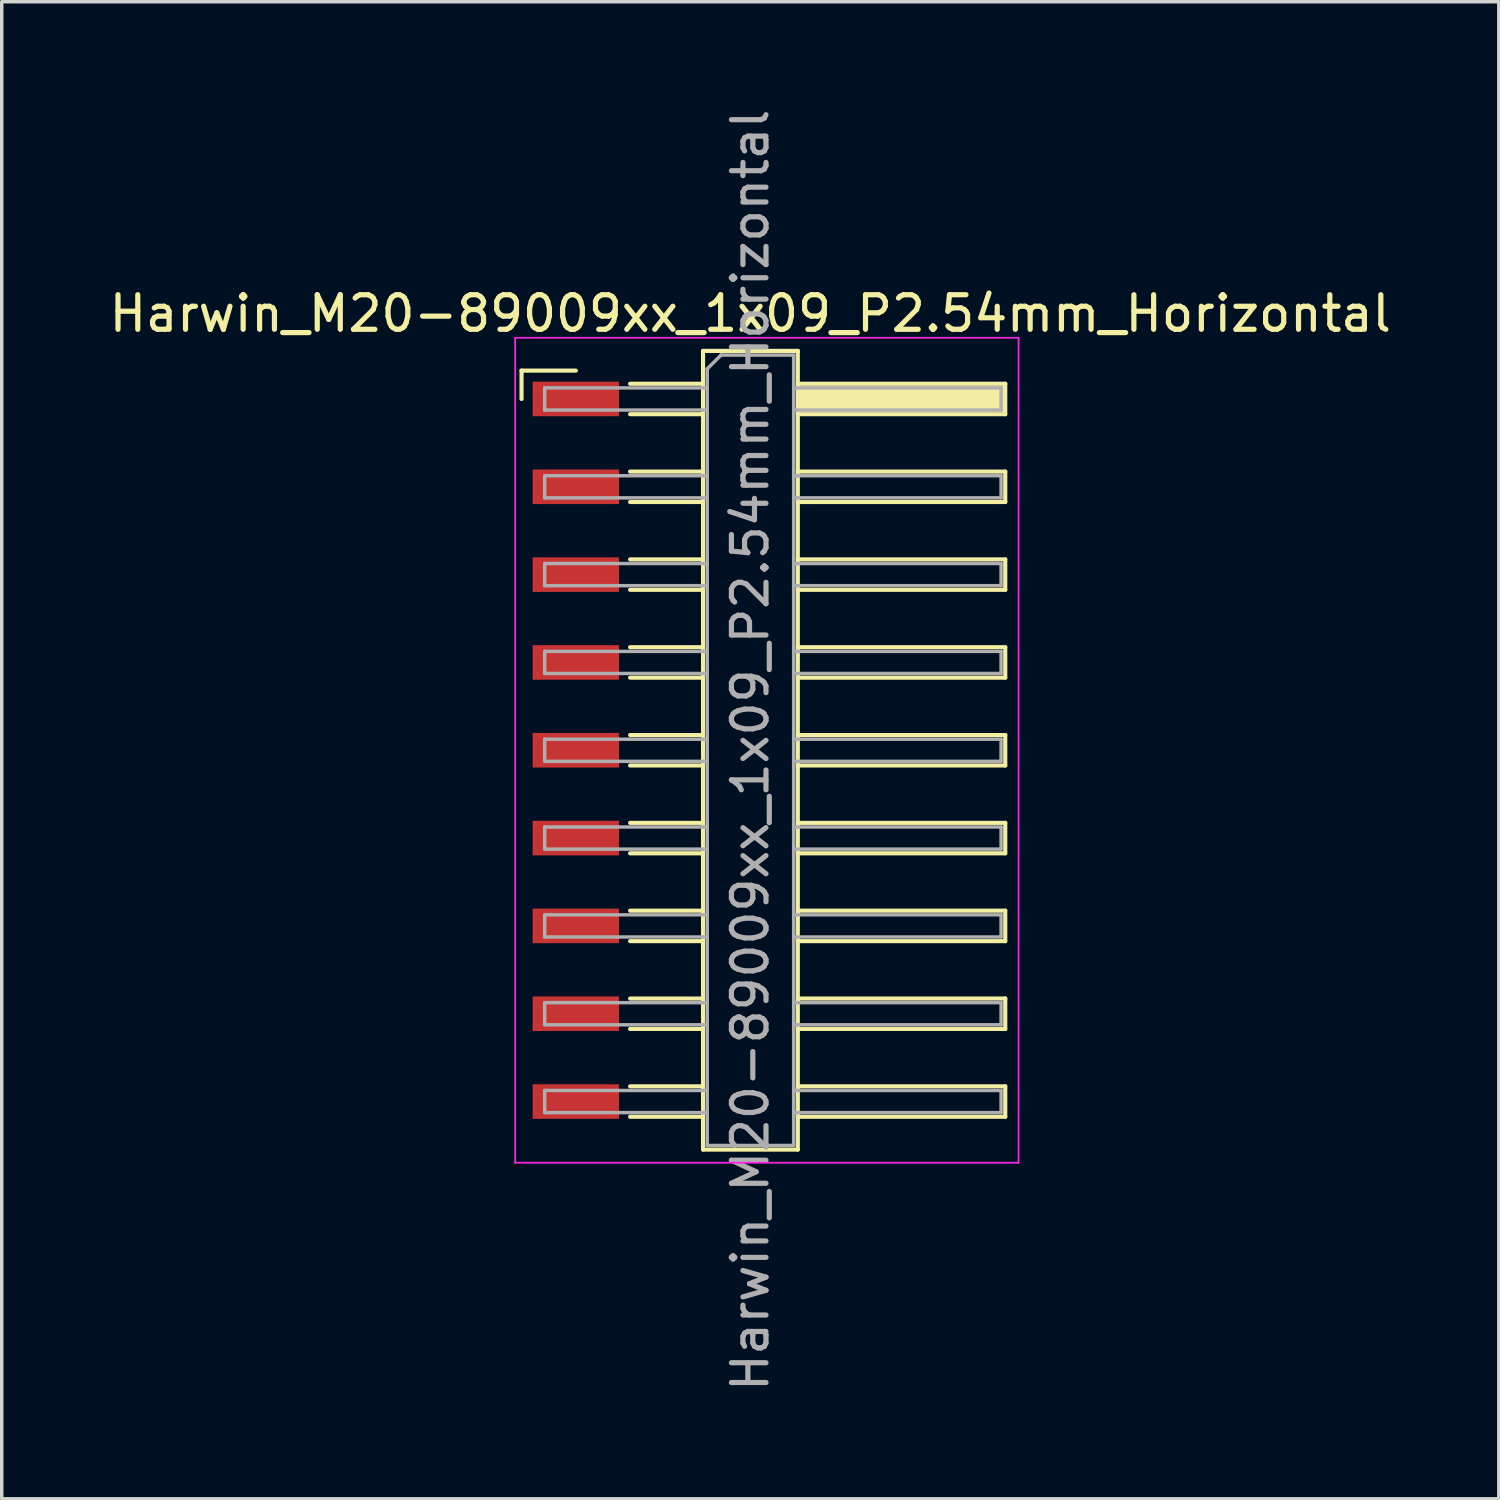
<source format=kicad_pcb>
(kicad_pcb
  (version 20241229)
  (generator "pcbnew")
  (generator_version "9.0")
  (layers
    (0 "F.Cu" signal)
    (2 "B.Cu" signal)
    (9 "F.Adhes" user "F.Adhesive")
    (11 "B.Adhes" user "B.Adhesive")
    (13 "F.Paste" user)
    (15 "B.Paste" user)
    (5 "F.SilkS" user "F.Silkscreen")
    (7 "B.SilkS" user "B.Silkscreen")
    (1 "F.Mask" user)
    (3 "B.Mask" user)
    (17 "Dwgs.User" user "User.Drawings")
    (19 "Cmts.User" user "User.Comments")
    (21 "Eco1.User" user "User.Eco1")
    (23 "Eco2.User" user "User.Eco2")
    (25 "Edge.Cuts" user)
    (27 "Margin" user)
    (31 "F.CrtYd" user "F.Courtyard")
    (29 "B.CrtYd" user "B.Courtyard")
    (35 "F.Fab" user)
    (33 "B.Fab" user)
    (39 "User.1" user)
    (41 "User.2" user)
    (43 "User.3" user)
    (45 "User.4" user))
  (footprint "Harwin_M20-89009xx_1x09_P2.54mm_Horizontal"
    (layer "F.Cu")
    (at 19.129 18.649)
    (property "Reference" "Harwin_M20-89009xx_1x09_P2.54mm_Horizontal" (at -0.48 -12.63 0) (layer "F.SilkS") (effects (font (size 1 1) (thickness 0.15))))
    (attr smd)
    (fp_line (start -7.095 -10.98) (end -5.525 -10.98) (stroke (width 0.12) (type solid)) (layer "F.SilkS"))
    (fp_line (start -7.095 -10.16) (end -7.095 -10.98) (stroke (width 0.12) (type solid)) (layer "F.SilkS"))
    (fp_line (start -3.955 -10.6) (end -1.845 -10.6) (stroke (width 0.12) (type solid)) (layer "F.SilkS"))
    (fp_line (start -3.955 -9.72) (end -1.845 -9.72) (stroke (width 0.12) (type solid)) (layer "F.SilkS"))
    (fp_line (start -3.955 -8.06) (end -1.845 -8.06) (stroke (width 0.12) (type solid)) (layer "F.SilkS"))
    (fp_line (start -3.955 -7.18) (end -1.845 -7.18) (stroke (width 0.12) (type solid)) (layer "F.SilkS"))
    (fp_line (start -3.955 -5.52) (end -1.845 -5.52) (stroke (width 0.12) (type solid)) (layer "F.SilkS"))
    (fp_line (start -3.955 -4.64) (end -1.845 -4.64) (stroke (width 0.12) (type solid)) (layer "F.SilkS"))
    (fp_line (start -3.955 -2.98) (end -1.845 -2.98) (stroke (width 0.12) (type solid)) (layer "F.SilkS"))
    (fp_line (start -3.955 -2.1) (end -1.845 -2.1) (stroke (width 0.12) (type solid)) (layer "F.SilkS"))
    (fp_line (start -3.955 -0.44) (end -1.845 -0.44) (stroke (width 0.12) (type solid)) (layer "F.SilkS"))
    (fp_line (start -3.955 0.44) (end -1.845 0.44) (stroke (width 0.12) (type solid)) (layer "F.SilkS"))
    (fp_line (start -3.955 2.1) (end -1.845 2.1) (stroke (width 0.12) (type solid)) (layer "F.SilkS"))
    (fp_line (start -3.955 2.98) (end -1.845 2.98) (stroke (width 0.12) (type solid)) (layer "F.SilkS"))
    (fp_line (start -3.955 4.64) (end -1.845 4.64) (stroke (width 0.12) (type solid)) (layer "F.SilkS"))
    (fp_line (start -3.955 5.52) (end -1.845 5.52) (stroke (width 0.12) (type solid)) (layer "F.SilkS"))
    (fp_line (start -3.955 7.18) (end -1.845 7.18) (stroke (width 0.12) (type solid)) (layer "F.SilkS"))
    (fp_line (start -3.955 8.06) (end -1.845 8.06) (stroke (width 0.12) (type solid)) (layer "F.SilkS"))
    (fp_line (start -3.955 9.72) (end -1.845 9.72) (stroke (width 0.12) (type solid)) (layer "F.SilkS"))
    (fp_line (start -3.955 10.6) (end -1.845 10.6) (stroke (width 0.12) (type solid)) (layer "F.SilkS"))
    (fp_line (start -1.845 -11.55) (end 0.895 -11.55) (stroke (width 0.12) (type solid)) (layer "F.SilkS"))
    (fp_line (start -1.845 11.55) (end -1.845 -11.55) (stroke (width 0.12) (type solid)) (layer "F.SilkS"))
    (fp_line (start 0.895 -11.55) (end 0.895 11.55) (stroke (width 0.12) (type solid)) (layer "F.SilkS"))
    (fp_line (start 0.895 -10.6) (end 6.895 -10.6) (stroke (width 0.12) (type solid)) (layer "F.SilkS"))
    (fp_line (start 0.895 -8.06) (end 6.895 -8.06) (stroke (width 0.12) (type solid)) (layer "F.SilkS"))
    (fp_line (start 0.895 -5.52) (end 6.895 -5.52) (stroke (width 0.12) (type solid)) (layer "F.SilkS"))
    (fp_line (start 0.895 -2.98) (end 6.895 -2.98) (stroke (width 0.12) (type solid)) (layer "F.SilkS"))
    (fp_line (start 0.895 -0.44) (end 6.895 -0.44) (stroke (width 0.12) (type solid)) (layer "F.SilkS"))
    (fp_line (start 0.895 2.1) (end 6.895 2.1) (stroke (width 0.12) (type solid)) (layer "F.SilkS"))
    (fp_line (start 0.895 4.64) (end 6.895 4.64) (stroke (width 0.12) (type solid)) (layer "F.SilkS"))
    (fp_line (start 0.895 7.18) (end 6.895 7.18) (stroke (width 0.12) (type solid)) (layer "F.SilkS"))
    (fp_line (start 0.895 9.72) (end 6.895 9.72) (stroke (width 0.12) (type solid)) (layer "F.SilkS"))
    (fp_line (start 0.895 11.55) (end -1.845 11.55) (stroke (width 0.12) (type solid)) (layer "F.SilkS"))
    (fp_line (start 6.895 -10.6) (end 6.895 -9.72) (stroke (width 0.12) (type solid)) (layer "F.SilkS"))
    (fp_line (start 6.895 -9.72) (end 0.895 -9.72) (stroke (width 0.12) (type solid)) (layer "F.SilkS"))
    (fp_line (start 6.895 -8.06) (end 6.895 -7.18) (stroke (width 0.12) (type solid)) (layer "F.SilkS"))
    (fp_line (start 6.895 -7.18) (end 0.895 -7.18) (stroke (width 0.12) (type solid)) (layer "F.SilkS"))
    (fp_line (start 6.895 -5.52) (end 6.895 -4.64) (stroke (width 0.12) (type solid)) (layer "F.SilkS"))
    (fp_line (start 6.895 -4.64) (end 0.895 -4.64) (stroke (width 0.12) (type solid)) (layer "F.SilkS"))
    (fp_line (start 6.895 -2.98) (end 6.895 -2.1) (stroke (width 0.12) (type solid)) (layer "F.SilkS"))
    (fp_line (start 6.895 -2.1) (end 0.895 -2.1) (stroke (width 0.12) (type solid)) (layer "F.SilkS"))
    (fp_line (start 6.895 -0.44) (end 6.895 0.44) (stroke (width 0.12) (type solid)) (layer "F.SilkS"))
    (fp_line (start 6.895 0.44) (end 0.895 0.44) (stroke (width 0.12) (type solid)) (layer "F.SilkS"))
    (fp_line (start 6.895 2.1) (end 6.895 2.98) (stroke (width 0.12) (type solid)) (layer "F.SilkS"))
    (fp_line (start 6.895 2.98) (end 0.895 2.98) (stroke (width 0.12) (type solid)) (layer "F.SilkS"))
    (fp_line (start 6.895 4.64) (end 6.895 5.52) (stroke (width 0.12) (type solid)) (layer "F.SilkS"))
    (fp_line (start 6.895 5.52) (end 0.895 5.52) (stroke (width 0.12) (type solid)) (layer "F.SilkS"))
    (fp_line (start 6.895 7.18) (end 6.895 8.06) (stroke (width 0.12) (type solid)) (layer "F.SilkS"))
    (fp_line (start 6.895 8.06) (end 0.895 8.06) (stroke (width 0.12) (type solid)) (layer "F.SilkS"))
    (fp_line (start 6.895 9.72) (end 6.895 10.6) (stroke (width 0.12) (type solid)) (layer "F.SilkS"))
    (fp_line (start 6.895 10.6) (end 0.895 10.6) (stroke (width 0.12) (type solid)) (layer "F.SilkS"))
    (fp_line (start -7.28 -11.93) (end 7.28 -11.93) (stroke (width 0.05) (type solid)) (layer "F.CrtYd"))
    (fp_line (start -7.28 11.93) (end -7.28 -11.93) (stroke (width 0.05) (type solid)) (layer "F.CrtYd"))
    (fp_line (start 7.28 -11.93) (end 7.28 11.93) (stroke (width 0.05) (type solid)) (layer "F.CrtYd"))
    (fp_line (start 7.28 11.93) (end -7.28 11.93) (stroke (width 0.05) (type solid)) (layer "F.CrtYd"))
    (fp_line (start -6.425 -10.48) (end -6.425 -9.84) (stroke (width 0.1) (type solid)) (layer "F.Fab"))
    (fp_line (start -6.425 -9.84) (end -1.725 -9.84) (stroke (width 0.1) (type solid)) (layer "F.Fab"))
    (fp_line (start -6.425 -7.94) (end -6.425 -7.3) (stroke (width 0.1) (type solid)) (layer "F.Fab"))
    (fp_line (start -6.425 -7.3) (end -1.725 -7.3) (stroke (width 0.1) (type solid)) (layer "F.Fab"))
    (fp_line (start -6.425 -5.4) (end -6.425 -4.76) (stroke (width 0.1) (type solid)) (layer "F.Fab"))
    (fp_line (start -6.425 -4.76) (end -1.725 -4.76) (stroke (width 0.1) (type solid)) (layer "F.Fab"))
    (fp_line (start -6.425 -2.86) (end -6.425 -2.22) (stroke (width 0.1) (type solid)) (layer "F.Fab"))
    (fp_line (start -6.425 -2.22) (end -1.725 -2.22) (stroke (width 0.1) (type solid)) (layer "F.Fab"))
    (fp_line (start -6.425 -0.32) (end -6.425 0.32) (stroke (width 0.1) (type solid)) (layer "F.Fab"))
    (fp_line (start -6.425 0.32) (end -1.725 0.32) (stroke (width 0.1) (type solid)) (layer "F.Fab"))
    (fp_line (start -6.425 2.22) (end -6.425 2.86) (stroke (width 0.1) (type solid)) (layer "F.Fab"))
    (fp_line (start -6.425 2.86) (end -1.725 2.86) (stroke (width 0.1) (type solid)) (layer "F.Fab"))
    (fp_line (start -6.425 4.76) (end -6.425 5.4) (stroke (width 0.1) (type solid)) (layer "F.Fab"))
    (fp_line (start -6.425 5.4) (end -1.725 5.4) (stroke (width 0.1) (type solid)) (layer "F.Fab"))
    (fp_line (start -6.425 7.3) (end -6.425 7.94) (stroke (width 0.1) (type solid)) (layer "F.Fab"))
    (fp_line (start -6.425 7.94) (end -1.725 7.94) (stroke (width 0.1) (type solid)) (layer "F.Fab"))
    (fp_line (start -6.425 9.84) (end -6.425 10.48) (stroke (width 0.1) (type solid)) (layer "F.Fab"))
    (fp_line (start -6.425 10.48) (end -1.725 10.48) (stroke (width 0.1) (type solid)) (layer "F.Fab"))
    (fp_line (start -1.725 -11.03) (end -1.325 -11.43) (stroke (width 0.1) (type solid)) (layer "F.Fab"))
    (fp_line (start -1.725 -10.48) (end -6.425 -10.48) (stroke (width 0.1) (type solid)) (layer "F.Fab"))
    (fp_line (start -1.725 -7.94) (end -6.425 -7.94) (stroke (width 0.1) (type solid)) (layer "F.Fab"))
    (fp_line (start -1.725 -5.4) (end -6.425 -5.4) (stroke (width 0.1) (type solid)) (layer "F.Fab"))
    (fp_line (start -1.725 -2.86) (end -6.425 -2.86) (stroke (width 0.1) (type solid)) (layer "F.Fab"))
    (fp_line (start -1.725 -0.32) (end -6.425 -0.32) (stroke (width 0.1) (type solid)) (layer "F.Fab"))
    (fp_line (start -1.725 2.22) (end -6.425 2.22) (stroke (width 0.1) (type solid)) (layer "F.Fab"))
    (fp_line (start -1.725 4.76) (end -6.425 4.76) (stroke (width 0.1) (type solid)) (layer "F.Fab"))
    (fp_line (start -1.725 7.3) (end -6.425 7.3) (stroke (width 0.1) (type solid)) (layer "F.Fab"))
    (fp_line (start -1.725 9.84) (end -6.425 9.84) (stroke (width 0.1) (type solid)) (layer "F.Fab"))
    (fp_line (start -1.725 11.43) (end -1.725 -11.03) (stroke (width 0.1) (type solid)) (layer "F.Fab"))
    (fp_line (start -1.325 -11.43) (end 0.775 -11.43) (stroke (width 0.1) (type solid)) (layer "F.Fab"))
    (fp_line (start 0.775 -11.43) (end 0.775 11.43) (stroke (width 0.1) (type solid)) (layer "F.Fab"))
    (fp_line (start 0.775 -10.48) (end 6.775 -10.48) (stroke (width 0.1) (type solid)) (layer "F.Fab"))
    (fp_line (start 0.775 -7.94) (end 6.775 -7.94) (stroke (width 0.1) (type solid)) (layer "F.Fab"))
    (fp_line (start 0.775 -5.4) (end 6.775 -5.4) (stroke (width 0.1) (type solid)) (layer "F.Fab"))
    (fp_line (start 0.775 -2.86) (end 6.775 -2.86) (stroke (width 0.1) (type solid)) (layer "F.Fab"))
    (fp_line (start 0.775 -0.32) (end 6.775 -0.32) (stroke (width 0.1) (type solid)) (layer "F.Fab"))
    (fp_line (start 0.775 2.22) (end 6.775 2.22) (stroke (width 0.1) (type solid)) (layer "F.Fab"))
    (fp_line (start 0.775 4.76) (end 6.775 4.76) (stroke (width 0.1) (type solid)) (layer "F.Fab"))
    (fp_line (start 0.775 7.3) (end 6.775 7.3) (stroke (width 0.1) (type solid)) (layer "F.Fab"))
    (fp_line (start 0.775 9.84) (end 6.775 9.84) (stroke (width 0.1) (type solid)) (layer "F.Fab"))
    (fp_line (start 0.775 11.43) (end -1.725 11.43) (stroke (width 0.1) (type solid)) (layer "F.Fab"))
    (fp_line (start 6.775 -10.48) (end 6.775 -9.84) (stroke (width 0.1) (type solid)) (layer "F.Fab"))
    (fp_line (start 6.775 -9.84) (end 0.775 -9.84) (stroke (width 0.1) (type solid)) (layer "F.Fab"))
    (fp_line (start 6.775 -7.94) (end 6.775 -7.3) (stroke (width 0.1) (type solid)) (layer "F.Fab"))
    (fp_line (start 6.775 -7.3) (end 0.775 -7.3) (stroke (width 0.1) (type solid)) (layer "F.Fab"))
    (fp_line (start 6.775 -5.4) (end 6.775 -4.76) (stroke (width 0.1) (type solid)) (layer "F.Fab"))
    (fp_line (start 6.775 -4.76) (end 0.775 -4.76) (stroke (width 0.1) (type solid)) (layer "F.Fab"))
    (fp_line (start 6.775 -2.86) (end 6.775 -2.22) (stroke (width 0.1) (type solid)) (layer "F.Fab"))
    (fp_line (start 6.775 -2.22) (end 0.775 -2.22) (stroke (width 0.1) (type solid)) (layer "F.Fab"))
    (fp_line (start 6.775 -0.32) (end 6.775 0.32) (stroke (width 0.1) (type solid)) (layer "F.Fab"))
    (fp_line (start 6.775 0.32) (end 0.775 0.32) (stroke (width 0.1) (type solid)) (layer "F.Fab"))
    (fp_line (start 6.775 2.22) (end 6.775 2.86) (stroke (width 0.1) (type solid)) (layer "F.Fab"))
    (fp_line (start 6.775 2.86) (end 0.775 2.86) (stroke (width 0.1) (type solid)) (layer "F.Fab"))
    (fp_line (start 6.775 4.76) (end 6.775 5.4) (stroke (width 0.1) (type solid)) (layer "F.Fab"))
    (fp_line (start 6.775 5.4) (end 0.775 5.4) (stroke (width 0.1) (type solid)) (layer "F.Fab"))
    (fp_line (start 6.775 7.3) (end 6.775 7.94) (stroke (width 0.1) (type solid)) (layer "F.Fab"))
    (fp_line (start 6.775 7.94) (end 0.775 7.94) (stroke (width 0.1) (type solid)) (layer "F.Fab"))
    (fp_line (start 6.775 9.84) (end 6.775 10.48) (stroke (width 0.1) (type solid)) (layer "F.Fab"))
    (fp_line (start 6.775 10.48) (end 0.775 10.48) (stroke (width 0.1) (type solid)) (layer "F.Fab"))
    (fp_text user "${REFERENCE}" (at -0.48 0 90) (layer "F.Fab") (effects (font (size 1 1) (thickness 0.15))))
    (pad "" smd rect (at 3.895 -10.16) (size 6 0.76) (layers "F.SilkS"))
    (pad "1" smd rect (at -5.525 -10.16) (size 2.5 1) (layers "F.Cu" "F.Mask" "F.Paste"))
    (pad "2" smd rect (at -5.525 -7.62) (size 2.5 1) (layers "F.Cu" "F.Mask" "F.Paste"))
    (pad "3" smd rect (at -5.525 -5.08) (size 2.5 1) (layers "F.Cu" "F.Mask" "F.Paste"))
    (pad "4" smd rect (at -5.525 -2.54) (size 2.5 1) (layers "F.Cu" "F.Mask" "F.Paste"))
    (pad "5" smd rect (at -5.525 0) (size 2.5 1) (layers "F.Cu" "F.Mask" "F.Paste"))
    (pad "6" smd rect (at -5.525 2.54) (size 2.5 1) (layers "F.Cu" "F.Mask" "F.Paste"))
    (pad "7" smd rect (at -5.525 5.08) (size 2.5 1) (layers "F.Cu" "F.Mask" "F.Paste"))
    (pad "8" smd rect (at -5.525 7.62) (size 2.5 1) (layers "F.Cu" "F.Mask" "F.Paste"))
    (pad "9" smd rect (at -5.525 10.16) (size 2.5 1) (layers "F.Cu" "F.Mask" "F.Paste")))
  (gr_rect
    (start -3 -3)
    (end 40.298 40.298)
    (stroke (width 0.1) (type default))
    (fill no)
    (layer "Edge.Cuts")))
</source>
